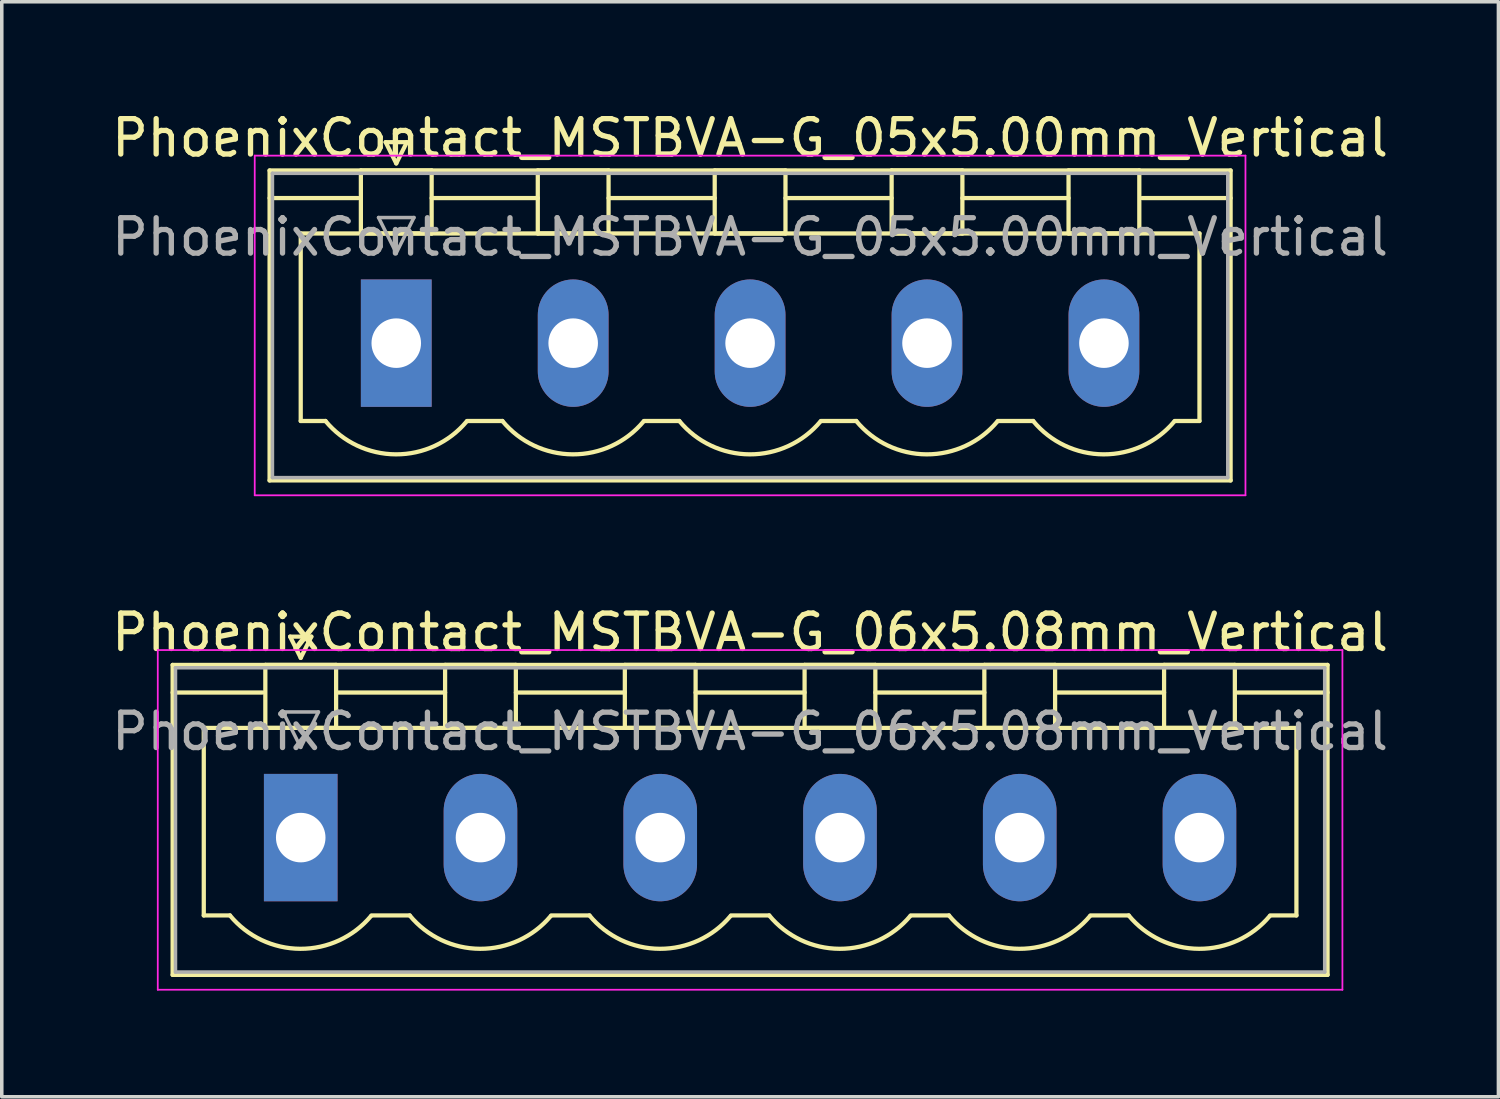
<source format=kicad_pcb>
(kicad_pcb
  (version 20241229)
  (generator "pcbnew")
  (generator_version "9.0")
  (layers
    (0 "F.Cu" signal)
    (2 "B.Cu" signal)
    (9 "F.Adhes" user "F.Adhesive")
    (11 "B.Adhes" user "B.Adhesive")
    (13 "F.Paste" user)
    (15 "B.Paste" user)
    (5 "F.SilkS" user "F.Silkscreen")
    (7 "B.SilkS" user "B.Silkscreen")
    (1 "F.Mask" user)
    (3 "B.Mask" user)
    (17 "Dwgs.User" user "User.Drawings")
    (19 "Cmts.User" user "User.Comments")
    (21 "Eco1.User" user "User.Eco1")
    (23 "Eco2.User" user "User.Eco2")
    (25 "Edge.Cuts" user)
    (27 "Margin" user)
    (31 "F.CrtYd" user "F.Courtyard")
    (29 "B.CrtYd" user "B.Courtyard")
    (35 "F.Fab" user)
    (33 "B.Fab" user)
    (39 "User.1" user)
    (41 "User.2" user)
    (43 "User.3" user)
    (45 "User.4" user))
  (footprint "PhoenixContact_MSTBVA-G_06x5.08mm_Vertical"
    (layer "F.Cu")
    (at 5.449 20.622)
    (property "Reference" "PhoenixContact_MSTBVA-G_06x5.08mm_Vertical" (at 12.7 -5.8 0) (layer "F.SilkS") (effects (font (size 1 1) (thickness 0.15))))
    (attr through_hole)
    (fp_line (start -3.62 -4.88) (end -3.62 3.88) (stroke (width 0.12) (type solid)) (layer "F.SilkS"))
    (fp_line (start -3.62 -4.1) (end -1.08 -4.1) (stroke (width 0.12) (type solid)) (layer "F.SilkS"))
    (fp_line (start -3.62 3.88) (end 29.02 3.88) (stroke (width 0.12) (type solid)) (layer "F.SilkS"))
    (fp_line (start -2.74 -3.1) (end 28.14 -3.1) (stroke (width 0.12) (type solid)) (layer "F.SilkS"))
    (fp_line (start -2.74 2.2) (end -2.74 -3.1) (stroke (width 0.12) (type solid)) (layer "F.SilkS"))
    (fp_line (start -2 2.2) (end -2.74 2.2) (stroke (width 0.12) (type solid)) (layer "F.SilkS"))
    (fp_line (start -1 -4.88) (end 1 -4.88) (stroke (width 0.12) (type solid)) (layer "F.SilkS"))
    (fp_line (start -1 -3.1) (end -1 -4.88) (stroke (width 0.12) (type solid)) (layer "F.SilkS"))
    (fp_line (start -0.3 -5.68) (end 0.3 -5.68) (stroke (width 0.12) (type solid)) (layer "F.SilkS"))
    (fp_line (start 0 -5.08) (end -0.3 -5.68) (stroke (width 0.12) (type solid)) (layer "F.SilkS"))
    (fp_line (start 0.3 -5.68) (end 0 -5.08) (stroke (width 0.12) (type solid)) (layer "F.SilkS"))
    (fp_line (start 1 -4.88) (end 1 -3.1) (stroke (width 0.12) (type solid)) (layer "F.SilkS"))
    (fp_line (start 1 -4.1) (end 4.08 -4.1) (stroke (width 0.12) (type solid)) (layer "F.SilkS"))
    (fp_line (start 1 -3.1) (end -1 -3.1) (stroke (width 0.12) (type solid)) (layer "F.SilkS"))
    (fp_line (start 2 2.2) (end 3.08 2.2) (stroke (width 0.12) (type solid)) (layer "F.SilkS"))
    (fp_line (start 4.08 -4.88) (end 6.08 -4.88) (stroke (width 0.12) (type solid)) (layer "F.SilkS"))
    (fp_line (start 4.08 -3.1) (end 4.08 -4.88) (stroke (width 0.12) (type solid)) (layer "F.SilkS"))
    (fp_line (start 6.08 -4.88) (end 6.08 -3.1) (stroke (width 0.12) (type solid)) (layer "F.SilkS"))
    (fp_line (start 6.08 -4.1) (end 9.16 -4.1) (stroke (width 0.12) (type solid)) (layer "F.SilkS"))
    (fp_line (start 6.08 -3.1) (end 4.08 -3.1) (stroke (width 0.12) (type solid)) (layer "F.SilkS"))
    (fp_line (start 7.08 2.2) (end 8.16 2.2) (stroke (width 0.12) (type solid)) (layer "F.SilkS"))
    (fp_line (start 9.16 -4.88) (end 11.16 -4.88) (stroke (width 0.12) (type solid)) (layer "F.SilkS"))
    (fp_line (start 9.16 -3.1) (end 9.16 -4.88) (stroke (width 0.12) (type solid)) (layer "F.SilkS"))
    (fp_line (start 11.16 -4.88) (end 11.16 -3.1) (stroke (width 0.12) (type solid)) (layer "F.SilkS"))
    (fp_line (start 11.16 -4.1) (end 14.24 -4.1) (stroke (width 0.12) (type solid)) (layer "F.SilkS"))
    (fp_line (start 11.16 -3.1) (end 9.16 -3.1) (stroke (width 0.12) (type solid)) (layer "F.SilkS"))
    (fp_line (start 12.16 2.2) (end 13.24 2.2) (stroke (width 0.12) (type solid)) (layer "F.SilkS"))
    (fp_line (start 14.24 -4.88) (end 16.24 -4.88) (stroke (width 0.12) (type solid)) (layer "F.SilkS"))
    (fp_line (start 14.24 -3.1) (end 14.24 -4.88) (stroke (width 0.12) (type solid)) (layer "F.SilkS"))
    (fp_line (start 16.24 -4.88) (end 16.24 -3.1) (stroke (width 0.12) (type solid)) (layer "F.SilkS"))
    (fp_line (start 16.24 -4.1) (end 19.32 -4.1) (stroke (width 0.12) (type solid)) (layer "F.SilkS"))
    (fp_line (start 16.24 -3.1) (end 14.24 -3.1) (stroke (width 0.12) (type solid)) (layer "F.SilkS"))
    (fp_line (start 17.24 2.2) (end 18.32 2.2) (stroke (width 0.12) (type solid)) (layer "F.SilkS"))
    (fp_line (start 19.32 -4.88) (end 21.32 -4.88) (stroke (width 0.12) (type solid)) (layer "F.SilkS"))
    (fp_line (start 19.32 -3.1) (end 19.32 -4.88) (stroke (width 0.12) (type solid)) (layer "F.SilkS"))
    (fp_line (start 21.32 -4.88) (end 21.32 -3.1) (stroke (width 0.12) (type solid)) (layer "F.SilkS"))
    (fp_line (start 21.32 -4.1) (end 24.4 -4.1) (stroke (width 0.12) (type solid)) (layer "F.SilkS"))
    (fp_line (start 21.32 -3.1) (end 19.32 -3.1) (stroke (width 0.12) (type solid)) (layer "F.SilkS"))
    (fp_line (start 22.32 2.2) (end 23.4 2.2) (stroke (width 0.12) (type solid)) (layer "F.SilkS"))
    (fp_line (start 24.4 -4.88) (end 26.4 -4.88) (stroke (width 0.12) (type solid)) (layer "F.SilkS"))
    (fp_line (start 24.4 -3.1) (end 24.4 -4.88) (stroke (width 0.12) (type solid)) (layer "F.SilkS"))
    (fp_line (start 26.4 -4.88) (end 26.4 -3.1) (stroke (width 0.12) (type solid)) (layer "F.SilkS"))
    (fp_line (start 26.4 -3.1) (end 24.4 -3.1) (stroke (width 0.12) (type solid)) (layer "F.SilkS"))
    (fp_line (start 28.14 -3.1) (end 28.14 2.2) (stroke (width 0.12) (type solid)) (layer "F.SilkS"))
    (fp_line (start 28.14 2.2) (end 27.4 2.2) (stroke (width 0.12) (type solid)) (layer "F.SilkS"))
    (fp_line (start 29.02 -4.88) (end -3.62 -4.88) (stroke (width 0.12) (type solid)) (layer "F.SilkS"))
    (fp_line (start 29.02 -4.1) (end 26.48 -4.1) (stroke (width 0.12) (type solid)) (layer "F.SilkS"))
    (fp_line (start 29.02 3.88) (end 29.02 -4.88) (stroke (width 0.12) (type solid)) (layer "F.SilkS"))
    (fp_arc (start 1.986842 2.215821) (mid -0.010289 3.142758) (end -2 2.2) (stroke (width 0.12) (type solid)) (layer "F.SilkS"))
    (fp_arc (start 7.066842 2.215821) (mid 5.069711 3.142758) (end 3.08 2.2) (stroke (width 0.12) (type solid)) (layer "F.SilkS"))
    (fp_arc (start 12.146842 2.215821) (mid 10.149711 3.142758) (end 8.16 2.2) (stroke (width 0.12) (type solid)) (layer "F.SilkS"))
    (fp_arc (start 17.226842 2.215821) (mid 15.229711 3.142758) (end 13.24 2.2) (stroke (width 0.12) (type solid)) (layer "F.SilkS"))
    (fp_arc (start 22.306842 2.215821) (mid 20.309711 3.142758) (end 18.32 2.2) (stroke (width 0.12) (type solid)) (layer "F.SilkS"))
    (fp_arc (start 27.386842 2.215821) (mid 25.389711 3.142758) (end 23.4 2.2) (stroke (width 0.12) (type solid)) (layer "F.SilkS"))
    (fp_line (start -4.04 -5.3) (end -4.04 4.3) (stroke (width 0.05) (type solid)) (layer "F.CrtYd"))
    (fp_line (start -4.04 4.3) (end 29.44 4.3) (stroke (width 0.05) (type solid)) (layer "F.CrtYd"))
    (fp_line (start 29.44 -5.3) (end -4.04 -5.3) (stroke (width 0.05) (type solid)) (layer "F.CrtYd"))
    (fp_line (start 29.44 4.3) (end 29.44 -5.3) (stroke (width 0.05) (type solid)) (layer "F.CrtYd"))
    (fp_line (start -3.54 -4.8) (end -3.54 3.8) (stroke (width 0.1) (type solid)) (layer "F.Fab"))
    (fp_line (start -3.54 3.8) (end 28.94 3.8) (stroke (width 0.1) (type solid)) (layer "F.Fab"))
    (fp_line (start -0.5 -3.55) (end 0.5 -3.55) (stroke (width 0.1) (type solid)) (layer "F.Fab"))
    (fp_line (start 0 -2.55) (end -0.5 -3.55) (stroke (width 0.1) (type solid)) (layer "F.Fab"))
    (fp_line (start 0.5 -3.55) (end 0 -2.55) (stroke (width 0.1) (type solid)) (layer "F.Fab"))
    (fp_line (start 28.94 -4.8) (end -3.54 -4.8) (stroke (width 0.1) (type solid)) (layer "F.Fab"))
    (fp_line (start 28.94 3.8) (end 28.94 -4.8) (stroke (width 0.1) (type solid)) (layer "F.Fab"))
    (fp_text user "${REFERENCE}" (at 12.7 -3 0) (layer "F.Fab") (effects (font (size 1 1) (thickness 0.15))))
    (pad "1" thru_hole rect (at 0 0) (size 2.08 3.6) (drill 1.4) (layers "*.Cu" "*.Mask"))
    (pad "2" thru_hole oval (at 5.08 0) (size 2.08 3.6) (drill 1.4) (layers "*.Cu" "*.Mask"))
    (pad "3" thru_hole oval (at 10.16 0) (size 2.08 3.6) (drill 1.4) (layers "*.Cu" "*.Mask"))
    (pad "4" thru_hole oval (at 15.24 0) (size 2.08 3.6) (drill 1.4) (layers "*.Cu" "*.Mask"))
    (pad "5" thru_hole oval (at 20.32 0) (size 2.08 3.6) (drill 1.4) (layers "*.Cu" "*.Mask"))
    (pad "6" thru_hole oval (at 25.4 0) (size 2.08 3.6) (drill 1.4) (layers "*.Cu" "*.Mask")))
  (footprint "PhoenixContact_MSTBVA-G_05x5.00mm_Vertical"
    (layer "F.Cu")
    (at 8.149 6.648)
    (property "Reference" "PhoenixContact_MSTBVA-G_05x5.00mm_Vertical" (at 10 -5.8 0) (layer "F.SilkS") (effects (font (size 1 1) (thickness 0.15))))
    (attr through_hole)
    (fp_line (start -3.58 -4.88) (end -3.58 3.88) (stroke (width 0.12) (type solid)) (layer "F.SilkS"))
    (fp_line (start -3.58 -4.1) (end -1.08 -4.1) (stroke (width 0.12) (type solid)) (layer "F.SilkS"))
    (fp_line (start -3.58 3.88) (end 23.58 3.88) (stroke (width 0.12) (type solid)) (layer "F.SilkS"))
    (fp_line (start -2.7 -3.1) (end 22.7 -3.1) (stroke (width 0.12) (type solid)) (layer "F.SilkS"))
    (fp_line (start -2.7 2.2) (end -2.7 -3.1) (stroke (width 0.12) (type solid)) (layer "F.SilkS"))
    (fp_line (start -2 2.2) (end -2.7 2.2) (stroke (width 0.12) (type solid)) (layer "F.SilkS"))
    (fp_line (start -1 -4.88) (end 1 -4.88) (stroke (width 0.12) (type solid)) (layer "F.SilkS"))
    (fp_line (start -1 -3.1) (end -1 -4.88) (stroke (width 0.12) (type solid)) (layer "F.SilkS"))
    (fp_line (start -0.3 -5.68) (end 0.3 -5.68) (stroke (width 0.12) (type solid)) (layer "F.SilkS"))
    (fp_line (start 0 -5.08) (end -0.3 -5.68) (stroke (width 0.12) (type solid)) (layer "F.SilkS"))
    (fp_line (start 0.3 -5.68) (end 0 -5.08) (stroke (width 0.12) (type solid)) (layer "F.SilkS"))
    (fp_line (start 1 -4.88) (end 1 -3.1) (stroke (width 0.12) (type solid)) (layer "F.SilkS"))
    (fp_line (start 1 -4.1) (end 4 -4.1) (stroke (width 0.12) (type solid)) (layer "F.SilkS"))
    (fp_line (start 1 -3.1) (end -1 -3.1) (stroke (width 0.12) (type solid)) (layer "F.SilkS"))
    (fp_line (start 2 2.2) (end 3 2.2) (stroke (width 0.12) (type solid)) (layer "F.SilkS"))
    (fp_line (start 4 -4.88) (end 6 -4.88) (stroke (width 0.12) (type solid)) (layer "F.SilkS"))
    (fp_line (start 4 -3.1) (end 4 -4.88) (stroke (width 0.12) (type solid)) (layer "F.SilkS"))
    (fp_line (start 6 -4.88) (end 6 -3.1) (stroke (width 0.12) (type solid)) (layer "F.SilkS"))
    (fp_line (start 6 -4.1) (end 9 -4.1) (stroke (width 0.12) (type solid)) (layer "F.SilkS"))
    (fp_line (start 6 -3.1) (end 4 -3.1) (stroke (width 0.12) (type solid)) (layer "F.SilkS"))
    (fp_line (start 7 2.2) (end 8 2.2) (stroke (width 0.12) (type solid)) (layer "F.SilkS"))
    (fp_line (start 9 -4.88) (end 11 -4.88) (stroke (width 0.12) (type solid)) (layer "F.SilkS"))
    (fp_line (start 9 -3.1) (end 9 -4.88) (stroke (width 0.12) (type solid)) (layer "F.SilkS"))
    (fp_line (start 11 -4.88) (end 11 -3.1) (stroke (width 0.12) (type solid)) (layer "F.SilkS"))
    (fp_line (start 11 -4.1) (end 14 -4.1) (stroke (width 0.12) (type solid)) (layer "F.SilkS"))
    (fp_line (start 11 -3.1) (end 9 -3.1) (stroke (width 0.12) (type solid)) (layer "F.SilkS"))
    (fp_line (start 12 2.2) (end 13 2.2) (stroke (width 0.12) (type solid)) (layer "F.SilkS"))
    (fp_line (start 14 -4.88) (end 16 -4.88) (stroke (width 0.12) (type solid)) (layer "F.SilkS"))
    (fp_line (start 14 -3.1) (end 14 -4.88) (stroke (width 0.12) (type solid)) (layer "F.SilkS"))
    (fp_line (start 16 -4.88) (end 16 -3.1) (stroke (width 0.12) (type solid)) (layer "F.SilkS"))
    (fp_line (start 16 -4.1) (end 19 -4.1) (stroke (width 0.12) (type solid)) (layer "F.SilkS"))
    (fp_line (start 16 -3.1) (end 14 -3.1) (stroke (width 0.12) (type solid)) (layer "F.SilkS"))
    (fp_line (start 17 2.2) (end 18 2.2) (stroke (width 0.12) (type solid)) (layer "F.SilkS"))
    (fp_line (start 19 -4.88) (end 21 -4.88) (stroke (width 0.12) (type solid)) (layer "F.SilkS"))
    (fp_line (start 19 -3.1) (end 19 -4.88) (stroke (width 0.12) (type solid)) (layer "F.SilkS"))
    (fp_line (start 21 -4.88) (end 21 -3.1) (stroke (width 0.12) (type solid)) (layer "F.SilkS"))
    (fp_line (start 21 -3.1) (end 19 -3.1) (stroke (width 0.12) (type solid)) (layer "F.SilkS"))
    (fp_line (start 22.7 -3.1) (end 22.7 2.2) (stroke (width 0.12) (type solid)) (layer "F.SilkS"))
    (fp_line (start 22.7 2.2) (end 22 2.2) (stroke (width 0.12) (type solid)) (layer "F.SilkS"))
    (fp_line (start 23.58 -4.88) (end -3.58 -4.88) (stroke (width 0.12) (type solid)) (layer "F.SilkS"))
    (fp_line (start 23.58 -4.1) (end 21.08 -4.1) (stroke (width 0.12) (type solid)) (layer "F.SilkS"))
    (fp_line (start 23.58 3.88) (end 23.58 -4.88) (stroke (width 0.12) (type solid)) (layer "F.SilkS"))
    (fp_arc (start 1.986842 2.215821) (mid -0.010289 3.142758) (end -2 2.2) (stroke (width 0.12) (type solid)) (layer "F.SilkS"))
    (fp_arc (start 6.986842 2.215821) (mid 4.989711 3.142758) (end 3 2.2) (stroke (width 0.12) (type solid)) (layer "F.SilkS"))
    (fp_arc (start 11.986842 2.215821) (mid 9.989711 3.142758) (end 8 2.2) (stroke (width 0.12) (type solid)) (layer "F.SilkS"))
    (fp_arc (start 16.986842 2.215821) (mid 14.989711 3.142758) (end 13 2.2) (stroke (width 0.12) (type solid)) (layer "F.SilkS"))
    (fp_arc (start 21.986842 2.215821) (mid 19.989711 3.142758) (end 18 2.2) (stroke (width 0.12) (type solid)) (layer "F.SilkS"))
    (fp_line (start -4 -5.3) (end -4 4.3) (stroke (width 0.05) (type solid)) (layer "F.CrtYd"))
    (fp_line (start -4 4.3) (end 24 4.3) (stroke (width 0.05) (type solid)) (layer "F.CrtYd"))
    (fp_line (start 24 -5.3) (end -4 -5.3) (stroke (width 0.05) (type solid)) (layer "F.CrtYd"))
    (fp_line (start 24 4.3) (end 24 -5.3) (stroke (width 0.05) (type solid)) (layer "F.CrtYd"))
    (fp_line (start -3.5 -4.8) (end -3.5 3.8) (stroke (width 0.1) (type solid)) (layer "F.Fab"))
    (fp_line (start -3.5 3.8) (end 23.5 3.8) (stroke (width 0.1) (type solid)) (layer "F.Fab"))
    (fp_line (start -0.5 -3.55) (end 0.5 -3.55) (stroke (width 0.1) (type solid)) (layer "F.Fab"))
    (fp_line (start 0 -2.55) (end -0.5 -3.55) (stroke (width 0.1) (type solid)) (layer "F.Fab"))
    (fp_line (start 0.5 -3.55) (end 0 -2.55) (stroke (width 0.1) (type solid)) (layer "F.Fab"))
    (fp_line (start 23.5 -4.8) (end -3.5 -4.8) (stroke (width 0.1) (type solid)) (layer "F.Fab"))
    (fp_line (start 23.5 3.8) (end 23.5 -4.8) (stroke (width 0.1) (type solid)) (layer "F.Fab"))
    (fp_text user "${REFERENCE}" (at 10 -3 0) (layer "F.Fab") (effects (font (size 1 1) (thickness 0.15))))
    (pad "1" thru_hole rect (at 0 0) (size 2 3.6) (drill 1.4) (layers "*.Cu" "*.Mask"))
    (pad "2" thru_hole oval (at 5 0) (size 2 3.6) (drill 1.4) (layers "*.Cu" "*.Mask"))
    (pad "3" thru_hole oval (at 10 0) (size 2 3.6) (drill 1.4) (layers "*.Cu" "*.Mask"))
    (pad "4" thru_hole oval (at 15 0) (size 2 3.6) (drill 1.4) (layers "*.Cu" "*.Mask"))
    (pad "5" thru_hole oval (at 20 0) (size 2 3.6) (drill 1.4) (layers "*.Cu" "*.Mask")))
  (gr_rect
    (start -3 -3)
    (end 39.298 27.947)
    (stroke (width 0.1) (type default))
    (fill no)
    (layer "Edge.Cuts")))
</source>
